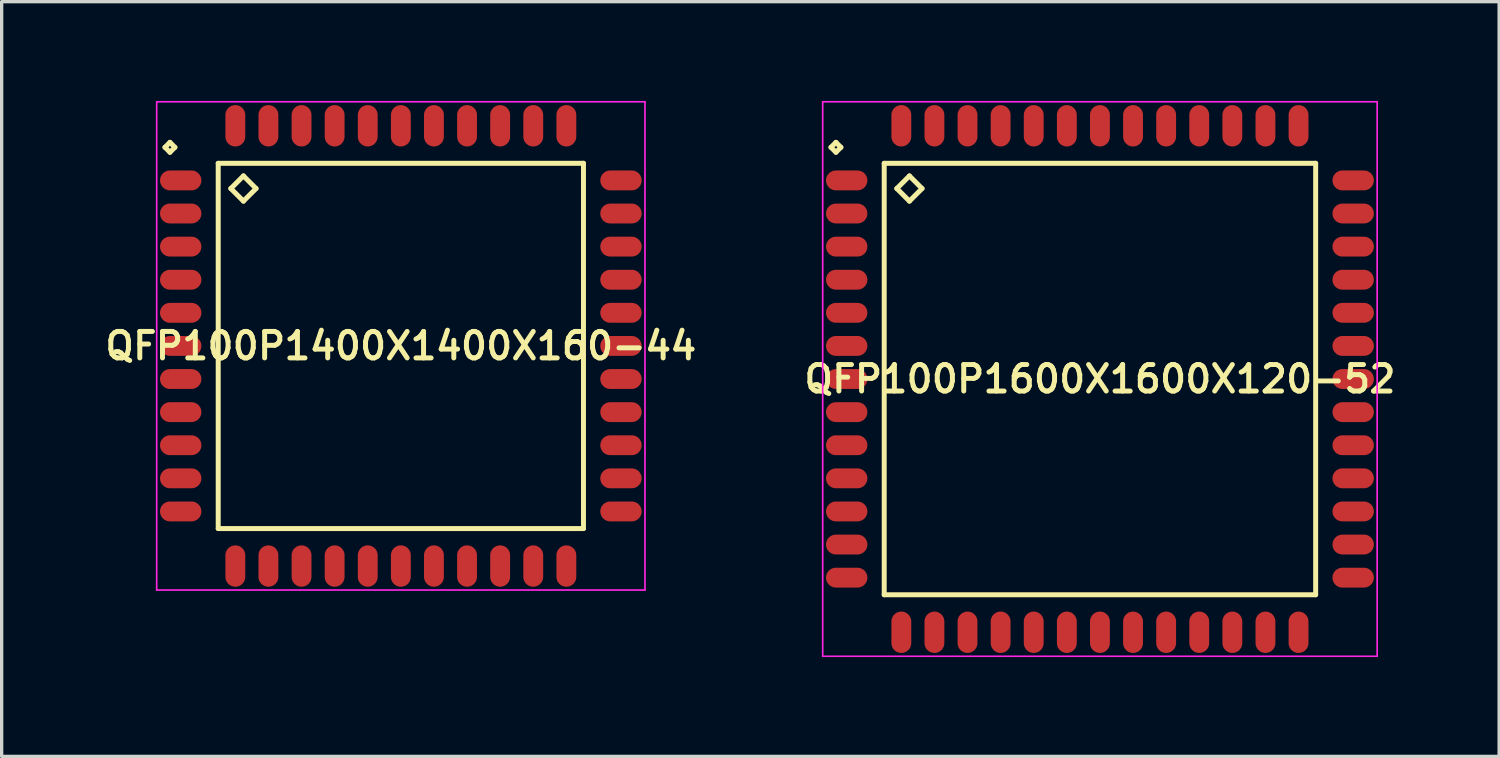
<source format=kicad_pcb>
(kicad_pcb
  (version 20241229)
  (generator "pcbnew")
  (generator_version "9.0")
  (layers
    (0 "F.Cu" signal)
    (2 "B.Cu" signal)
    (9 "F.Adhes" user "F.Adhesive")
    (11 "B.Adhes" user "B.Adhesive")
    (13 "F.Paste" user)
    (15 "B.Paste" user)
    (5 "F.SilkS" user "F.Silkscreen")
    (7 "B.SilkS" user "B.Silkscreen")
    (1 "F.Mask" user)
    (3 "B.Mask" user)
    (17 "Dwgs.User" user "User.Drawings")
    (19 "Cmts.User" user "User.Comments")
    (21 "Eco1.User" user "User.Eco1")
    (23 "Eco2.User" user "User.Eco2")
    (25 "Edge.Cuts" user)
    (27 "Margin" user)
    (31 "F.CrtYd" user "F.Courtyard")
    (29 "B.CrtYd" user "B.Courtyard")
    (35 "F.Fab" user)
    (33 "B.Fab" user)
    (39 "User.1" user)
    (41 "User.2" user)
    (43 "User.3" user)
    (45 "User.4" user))
  (footprint "QFP100P1600X1600X120-52"
    (layer "F.Cu")
    (at 30.178 8.4)
    (property "Reference" "QFP100P1600X1600X120-52" (at 0 0 0) (layer "F.SilkS") (effects (font (size 0.8 0.8) (thickness 0.15))))
    (attr smd)
    (fp_line (start -8.125 -7) (end -7.975 -7.15) (stroke (width 0.15) (type solid)) (layer "F.SilkS"))
    (fp_line (start -7.975 -7.15) (end -7.825 -7) (stroke (width 0.15) (type solid)) (layer "F.SilkS"))
    (fp_line (start -7.975 -6.85) (end -8.125 -7) (stroke (width 0.15) (type solid)) (layer "F.SilkS"))
    (fp_line (start -7.825 -7) (end -7.975 -6.85) (stroke (width 0.15) (type solid)) (layer "F.SilkS"))
    (fp_line (start -6.517 -6.517) (end -6.517 6.517) (stroke (width 0.15) (type solid)) (layer "F.SilkS"))
    (fp_line (start -6.517 6.517) (end 6.517 6.517) (stroke (width 0.15) (type solid)) (layer "F.SilkS"))
    (fp_line (start -6.136 -5.755) (end -5.755 -6.136) (stroke (width 0.15) (type solid)) (layer "F.SilkS"))
    (fp_line (start -5.755 -6.136) (end -5.374 -5.755) (stroke (width 0.15) (type solid)) (layer "F.SilkS"))
    (fp_line (start -5.755 -5.374) (end -6.136 -5.755) (stroke (width 0.15) (type solid)) (layer "F.SilkS"))
    (fp_line (start -5.374 -5.755) (end -5.755 -5.374) (stroke (width 0.15) (type solid)) (layer "F.SilkS"))
    (fp_line (start 6.517 -6.517) (end -6.517 -6.517) (stroke (width 0.15) (type solid)) (layer "F.SilkS"))
    (fp_line (start 6.517 6.517) (end 6.517 -6.517) (stroke (width 0.15) (type solid)) (layer "F.SilkS"))
    (fp_line (start -8.375 -8.375) (end 8.375 -8.375) (stroke (width 0.05) (type solid)) (layer "F.CrtYd"))
    (fp_line (start -8.375 8.375) (end -8.375 -8.375) (stroke (width 0.05) (type solid)) (layer "F.CrtYd"))
    (fp_line (start 8.375 -8.375) (end 8.375 8.375) (stroke (width 0.05) (type solid)) (layer "F.CrtYd"))
    (fp_line (start 8.375 8.375) (end -8.375 8.375) (stroke (width 0.05) (type solid)) (layer "F.CrtYd"))
    (pad "1" smd oval (at -7.65 -6) (size 1.25 0.6) (layers "F.Cu" "F.Mask" "F.Paste"))
    (pad "2" smd oval (at -7.65 -5) (size 1.25 0.6) (layers "F.Cu" "F.Mask" "F.Paste"))
    (pad "3" smd oval (at -7.65 -4) (size 1.25 0.6) (layers "F.Cu" "F.Mask" "F.Paste"))
    (pad "4" smd oval (at -7.65 -3) (size 1.25 0.6) (layers "F.Cu" "F.Mask" "F.Paste"))
    (pad "5" smd oval (at -7.65 -2) (size 1.25 0.6) (layers "F.Cu" "F.Mask" "F.Paste"))
    (pad "6" smd oval (at -7.65 -1) (size 1.25 0.6) (layers "F.Cu" "F.Mask" "F.Paste"))
    (pad "7" smd oval (at -7.65 0) (size 1.25 0.6) (layers "F.Cu" "F.Mask" "F.Paste"))
    (pad "8" smd oval (at -7.65 1) (size 1.25 0.6) (layers "F.Cu" "F.Mask" "F.Paste"))
    (pad "9" smd oval (at -7.65 2) (size 1.25 0.6) (layers "F.Cu" "F.Mask" "F.Paste"))
    (pad "10" smd oval (at -7.65 3) (size 1.25 0.6) (layers "F.Cu" "F.Mask" "F.Paste"))
    (pad "11" smd oval (at -7.65 4) (size 1.25 0.6) (layers "F.Cu" "F.Mask" "F.Paste"))
    (pad "12" smd oval (at -7.65 5) (size 1.25 0.6) (layers "F.Cu" "F.Mask" "F.Paste"))
    (pad "13" smd oval (at -7.65 6) (size 1.25 0.6) (layers "F.Cu" "F.Mask" "F.Paste"))
    (pad "14" smd oval (at -6 7.65) (size 0.6 1.25) (layers "F.Cu" "F.Mask" "F.Paste"))
    (pad "15" smd oval (at -5 7.65) (size 0.6 1.25) (layers "F.Cu" "F.Mask" "F.Paste"))
    (pad "16" smd oval (at -4 7.65) (size 0.6 1.25) (layers "F.Cu" "F.Mask" "F.Paste"))
    (pad "17" smd oval (at -3 7.65) (size 0.6 1.25) (layers "F.Cu" "F.Mask" "F.Paste"))
    (pad "18" smd oval (at -2 7.65) (size 0.6 1.25) (layers "F.Cu" "F.Mask" "F.Paste"))
    (pad "19" smd oval (at -1 7.65) (size 0.6 1.25) (layers "F.Cu" "F.Mask" "F.Paste"))
    (pad "20" smd oval (at 0 7.65) (size 0.6 1.25) (layers "F.Cu" "F.Mask" "F.Paste"))
    (pad "21" smd oval (at 1 7.65) (size 0.6 1.25) (layers "F.Cu" "F.Mask" "F.Paste"))
    (pad "22" smd oval (at 2 7.65) (size 0.6 1.25) (layers "F.Cu" "F.Mask" "F.Paste"))
    (pad "23" smd oval (at 3 7.65) (size 0.6 1.25) (layers "F.Cu" "F.Mask" "F.Paste"))
    (pad "24" smd oval (at 4 7.65) (size 0.6 1.25) (layers "F.Cu" "F.Mask" "F.Paste"))
    (pad "25" smd oval (at 5 7.65) (size 0.6 1.25) (layers "F.Cu" "F.Mask" "F.Paste"))
    (pad "26" smd oval (at 6 7.65) (size 0.6 1.25) (layers "F.Cu" "F.Mask" "F.Paste"))
    (pad "27" smd oval (at 7.65 6) (size 1.25 0.6) (layers "F.Cu" "F.Mask" "F.Paste"))
    (pad "28" smd oval (at 7.65 5) (size 1.25 0.6) (layers "F.Cu" "F.Mask" "F.Paste"))
    (pad "29" smd oval (at 7.65 4) (size 1.25 0.6) (layers "F.Cu" "F.Mask" "F.Paste"))
    (pad "30" smd oval (at 7.65 3) (size 1.25 0.6) (layers "F.Cu" "F.Mask" "F.Paste"))
    (pad "31" smd oval (at 7.65 2) (size 1.25 0.6) (layers "F.Cu" "F.Mask" "F.Paste"))
    (pad "32" smd oval (at 7.65 1) (size 1.25 0.6) (layers "F.Cu" "F.Mask" "F.Paste"))
    (pad "33" smd oval (at 7.65 0) (size 1.25 0.6) (layers "F.Cu" "F.Mask" "F.Paste"))
    (pad "34" smd oval (at 7.65 -1) (size 1.25 0.6) (layers "F.Cu" "F.Mask" "F.Paste"))
    (pad "35" smd oval (at 7.65 -2) (size 1.25 0.6) (layers "F.Cu" "F.Mask" "F.Paste"))
    (pad "36" smd oval (at 7.65 -3) (size 1.25 0.6) (layers "F.Cu" "F.Mask" "F.Paste"))
    (pad "37" smd oval (at 7.65 -4) (size 1.25 0.6) (layers "F.Cu" "F.Mask" "F.Paste"))
    (pad "38" smd oval (at 7.65 -5) (size 1.25 0.6) (layers "F.Cu" "F.Mask" "F.Paste"))
    (pad "39" smd oval (at 7.65 -6) (size 1.25 0.6) (layers "F.Cu" "F.Mask" "F.Paste"))
    (pad "40" smd oval (at 6 -7.65) (size 0.6 1.25) (layers "F.Cu" "F.Mask" "F.Paste"))
    (pad "41" smd oval (at 5 -7.65) (size 0.6 1.25) (layers "F.Cu" "F.Mask" "F.Paste"))
    (pad "42" smd oval (at 4 -7.65) (size 0.6 1.25) (layers "F.Cu" "F.Mask" "F.Paste"))
    (pad "43" smd oval (at 3 -7.65) (size 0.6 1.25) (layers "F.Cu" "F.Mask" "F.Paste"))
    (pad "44" smd oval (at 2 -7.65) (size 0.6 1.25) (layers "F.Cu" "F.Mask" "F.Paste"))
    (pad "45" smd oval (at 1 -7.65) (size 0.6 1.25) (layers "F.Cu" "F.Mask" "F.Paste"))
    (pad "46" smd oval (at 0 -7.65) (size 0.6 1.25) (layers "F.Cu" "F.Mask" "F.Paste"))
    (pad "47" smd oval (at -1 -7.65) (size 0.6 1.25) (layers "F.Cu" "F.Mask" "F.Paste"))
    (pad "48" smd oval (at -2 -7.65) (size 0.6 1.25) (layers "F.Cu" "F.Mask" "F.Paste"))
    (pad "49" smd oval (at -3 -7.65) (size 0.6 1.25) (layers "F.Cu" "F.Mask" "F.Paste"))
    (pad "50" smd oval (at -4 -7.65) (size 0.6 1.25) (layers "F.Cu" "F.Mask" "F.Paste"))
    (pad "51" smd oval (at -5 -7.65) (size 0.6 1.25) (layers "F.Cu" "F.Mask" "F.Paste"))
    (pad "52" smd oval (at -6 -7.65) (size 0.6 1.25) (layers "F.Cu" "F.Mask" "F.Paste")))
  (footprint "QFP100P1400X1400X160-44"
    (layer "F.Cu")
    (at 9.059 7.4)
    (property "Reference" "QFP100P1400X1400X160-44" (at 0 0 0) (layer "F.SilkS") (effects (font (size 0.8 0.8) (thickness 0.15))))
    (attr smd)
    (fp_line (start -7.125 -6) (end -6.975 -6.15) (stroke (width 0.15) (type solid)) (layer "F.SilkS"))
    (fp_line (start -6.975 -6.15) (end -6.825 -6) (stroke (width 0.15) (type solid)) (layer "F.SilkS"))
    (fp_line (start -6.975 -5.85) (end -7.125 -6) (stroke (width 0.15) (type solid)) (layer "F.SilkS"))
    (fp_line (start -6.825 -6) (end -6.975 -5.85) (stroke (width 0.15) (type solid)) (layer "F.SilkS"))
    (fp_line (start -5.517 -5.517) (end -5.517 5.517) (stroke (width 0.15) (type solid)) (layer "F.SilkS"))
    (fp_line (start -5.517 5.517) (end 5.517 5.517) (stroke (width 0.15) (type solid)) (layer "F.SilkS"))
    (fp_line (start -5.136 -4.755) (end -4.755 -5.136) (stroke (width 0.15) (type solid)) (layer "F.SilkS"))
    (fp_line (start -4.755 -5.136) (end -4.374 -4.755) (stroke (width 0.15) (type solid)) (layer "F.SilkS"))
    (fp_line (start -4.755 -4.374) (end -5.136 -4.755) (stroke (width 0.15) (type solid)) (layer "F.SilkS"))
    (fp_line (start -4.374 -4.755) (end -4.755 -4.374) (stroke (width 0.15) (type solid)) (layer "F.SilkS"))
    (fp_line (start 5.517 -5.517) (end -5.517 -5.517) (stroke (width 0.15) (type solid)) (layer "F.SilkS"))
    (fp_line (start 5.517 5.517) (end 5.517 -5.517) (stroke (width 0.15) (type solid)) (layer "F.SilkS"))
    (fp_line (start -7.375 -7.375) (end 7.375 -7.375) (stroke (width 0.05) (type solid)) (layer "F.CrtYd"))
    (fp_line (start -7.375 7.375) (end -7.375 -7.375) (stroke (width 0.05) (type solid)) (layer "F.CrtYd"))
    (fp_line (start 7.375 -7.375) (end 7.375 7.375) (stroke (width 0.05) (type solid)) (layer "F.CrtYd"))
    (fp_line (start 7.375 7.375) (end -7.375 7.375) (stroke (width 0.05) (type solid)) (layer "F.CrtYd"))
    (pad "1" smd oval (at -6.65 -5) (size 1.25 0.6) (layers "F.Cu" "F.Mask" "F.Paste"))
    (pad "2" smd oval (at -6.65 -4) (size 1.25 0.6) (layers "F.Cu" "F.Mask" "F.Paste"))
    (pad "3" smd oval (at -6.65 -3) (size 1.25 0.6) (layers "F.Cu" "F.Mask" "F.Paste"))
    (pad "4" smd oval (at -6.65 -2) (size 1.25 0.6) (layers "F.Cu" "F.Mask" "F.Paste"))
    (pad "5" smd oval (at -6.65 -1) (size 1.25 0.6) (layers "F.Cu" "F.Mask" "F.Paste"))
    (pad "6" smd oval (at -6.65 0) (size 1.25 0.6) (layers "F.Cu" "F.Mask" "F.Paste"))
    (pad "7" smd oval (at -6.65 1) (size 1.25 0.6) (layers "F.Cu" "F.Mask" "F.Paste"))
    (pad "8" smd oval (at -6.65 2) (size 1.25 0.6) (layers "F.Cu" "F.Mask" "F.Paste"))
    (pad "9" smd oval (at -6.65 3) (size 1.25 0.6) (layers "F.Cu" "F.Mask" "F.Paste"))
    (pad "10" smd oval (at -6.65 4) (size 1.25 0.6) (layers "F.Cu" "F.Mask" "F.Paste"))
    (pad "11" smd oval (at -6.65 5) (size 1.25 0.6) (layers "F.Cu" "F.Mask" "F.Paste"))
    (pad "12" smd oval (at -5 6.65) (size 0.6 1.25) (layers "F.Cu" "F.Mask" "F.Paste"))
    (pad "13" smd oval (at -4 6.65) (size 0.6 1.25) (layers "F.Cu" "F.Mask" "F.Paste"))
    (pad "14" smd oval (at -3 6.65) (size 0.6 1.25) (layers "F.Cu" "F.Mask" "F.Paste"))
    (pad "15" smd oval (at -2 6.65) (size 0.6 1.25) (layers "F.Cu" "F.Mask" "F.Paste"))
    (pad "16" smd oval (at -1 6.65) (size 0.6 1.25) (layers "F.Cu" "F.Mask" "F.Paste"))
    (pad "17" smd oval (at 0 6.65) (size 0.6 1.25) (layers "F.Cu" "F.Mask" "F.Paste"))
    (pad "18" smd oval (at 1 6.65) (size 0.6 1.25) (layers "F.Cu" "F.Mask" "F.Paste"))
    (pad "19" smd oval (at 2 6.65) (size 0.6 1.25) (layers "F.Cu" "F.Mask" "F.Paste"))
    (pad "20" smd oval (at 3 6.65) (size 0.6 1.25) (layers "F.Cu" "F.Mask" "F.Paste"))
    (pad "21" smd oval (at 4 6.65) (size 0.6 1.25) (layers "F.Cu" "F.Mask" "F.Paste"))
    (pad "22" smd oval (at 5 6.65) (size 0.6 1.25) (layers "F.Cu" "F.Mask" "F.Paste"))
    (pad "23" smd oval (at 6.65 5) (size 1.25 0.6) (layers "F.Cu" "F.Mask" "F.Paste"))
    (pad "24" smd oval (at 6.65 4) (size 1.25 0.6) (layers "F.Cu" "F.Mask" "F.Paste"))
    (pad "25" smd oval (at 6.65 3) (size 1.25 0.6) (layers "F.Cu" "F.Mask" "F.Paste"))
    (pad "26" smd oval (at 6.65 2) (size 1.25 0.6) (layers "F.Cu" "F.Mask" "F.Paste"))
    (pad "27" smd oval (at 6.65 1) (size 1.25 0.6) (layers "F.Cu" "F.Mask" "F.Paste"))
    (pad "28" smd oval (at 6.65 0) (size 1.25 0.6) (layers "F.Cu" "F.Mask" "F.Paste"))
    (pad "29" smd oval (at 6.65 -1) (size 1.25 0.6) (layers "F.Cu" "F.Mask" "F.Paste"))
    (pad "30" smd oval (at 6.65 -2) (size 1.25 0.6) (layers "F.Cu" "F.Mask" "F.Paste"))
    (pad "31" smd oval (at 6.65 -3) (size 1.25 0.6) (layers "F.Cu" "F.Mask" "F.Paste"))
    (pad "32" smd oval (at 6.65 -4) (size 1.25 0.6) (layers "F.Cu" "F.Mask" "F.Paste"))
    (pad "33" smd oval (at 6.65 -5) (size 1.25 0.6) (layers "F.Cu" "F.Mask" "F.Paste"))
    (pad "34" smd oval (at 5 -6.65) (size 0.6 1.25) (layers "F.Cu" "F.Mask" "F.Paste"))
    (pad "35" smd oval (at 4 -6.65) (size 0.6 1.25) (layers "F.Cu" "F.Mask" "F.Paste"))
    (pad "36" smd oval (at 3 -6.65) (size 0.6 1.25) (layers "F.Cu" "F.Mask" "F.Paste"))
    (pad "37" smd oval (at 2 -6.65) (size 0.6 1.25) (layers "F.Cu" "F.Mask" "F.Paste"))
    (pad "38" smd oval (at 1 -6.65) (size 0.6 1.25) (layers "F.Cu" "F.Mask" "F.Paste"))
    (pad "39" smd oval (at 0 -6.65) (size 0.6 1.25) (layers "F.Cu" "F.Mask" "F.Paste"))
    (pad "40" smd oval (at -1 -6.65) (size 0.6 1.25) (layers "F.Cu" "F.Mask" "F.Paste"))
    (pad "41" smd oval (at -2 -6.65) (size 0.6 1.25) (layers "F.Cu" "F.Mask" "F.Paste"))
    (pad "42" smd oval (at -3 -6.65) (size 0.6 1.25) (layers "F.Cu" "F.Mask" "F.Paste"))
    (pad "43" smd oval (at -4 -6.65) (size 0.6 1.25) (layers "F.Cu" "F.Mask" "F.Paste"))
    (pad "44" smd oval (at -5 -6.65) (size 0.6 1.25) (layers "F.Cu" "F.Mask" "F.Paste")))
  (gr_rect
    (start -3 -3)
    (end 42.237 19.8)
    (stroke (width 0.1) (type default))
    (fill no)
    (layer "Edge.Cuts")))
</source>
